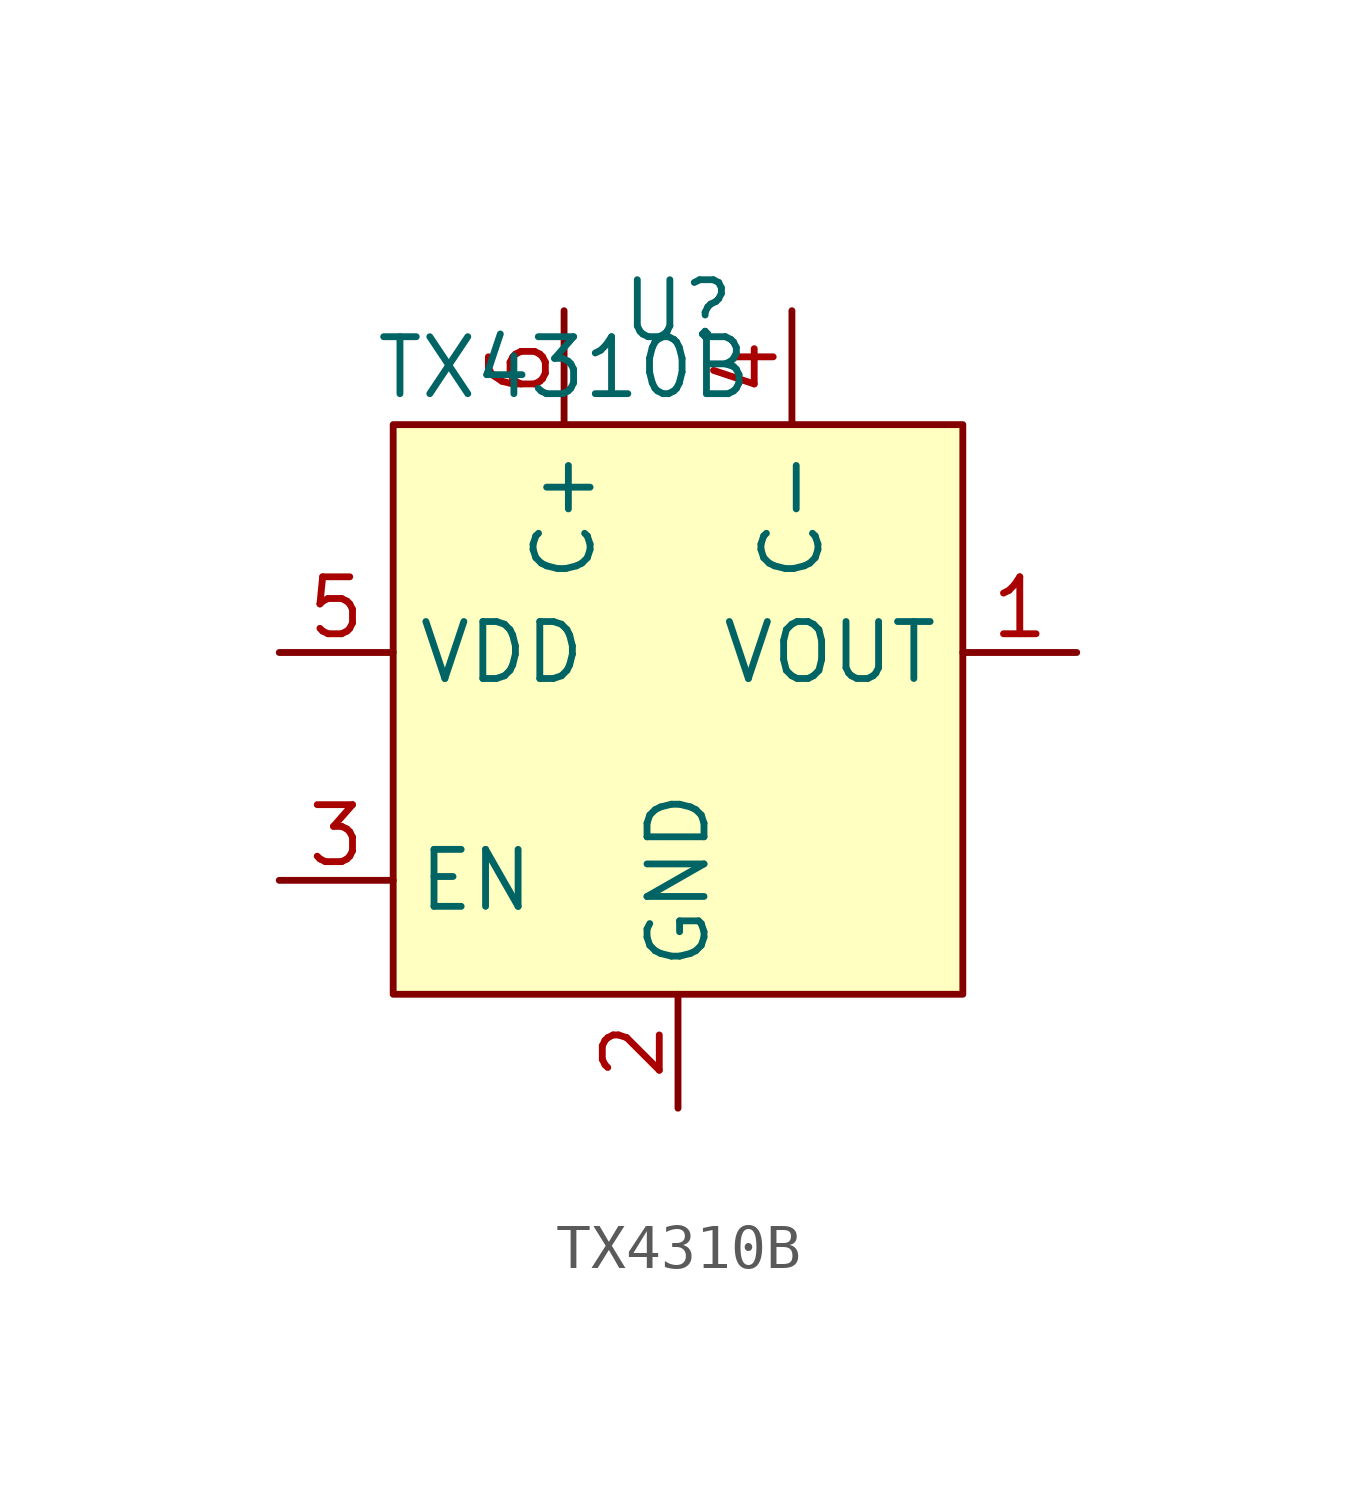
<source format=kicad_sym>
(kicad_symbol_lib
  (version 20220914)
  (generator kicad_symbol_editor)
  (symbol "TX4310B"
    (property "Reference" "U"
      (at 0 8.89 0)
      (effects (font (size 1.27 1.27))))
    (property "Value" "TX4310B"
      (at -2.54 7.62 0)
      (effects (font (size 1.27 1.27))))
    (symbol "TX4310B_1_1"
      (rectangle (start -6.35 6.35) (end 6.35 -6.35) (stroke (width 0) (type default)) (fill (type background)))
      (pin power_out line (at 8.89 1.27 180) (length 2.54) (name "VOUT" (effects (font (size 1.27 1.27)))) (number "1" (effects (font (size 1.27 1.27)))))
      (pin power_in line (at 0 -8.89 90) (length 2.54) (name "GND" (effects (font (size 1.27 1.27)))) (number "2" (effects (font (size 1.27 1.27)))))
      (pin input line (at -8.89 -3.81 0) (length 2.54) (name "EN" (effects (font (size 1.27 1.27)))) (number "3" (effects (font (size 1.27 1.27)))))
      (pin input line (at 2.54 8.89 270) (length 2.54) (name "C-" (effects (font (size 1.27 1.27)))) (number "4" (effects (font (size 1.27 1.27)))))
      (pin input line (at -8.89 1.27 0) (length 2.54) (name "VDD" (effects (font (size 1.27 1.27)))) (number "5" (effects (font (size 1.27 1.27)))))
      (pin input line (at -2.54 8.89 270) (length 2.54) (name "C+" (effects (font (size 1.27 1.27)))) (number "6" (effects (font (size 1.27 1.27))))))))
</source>
